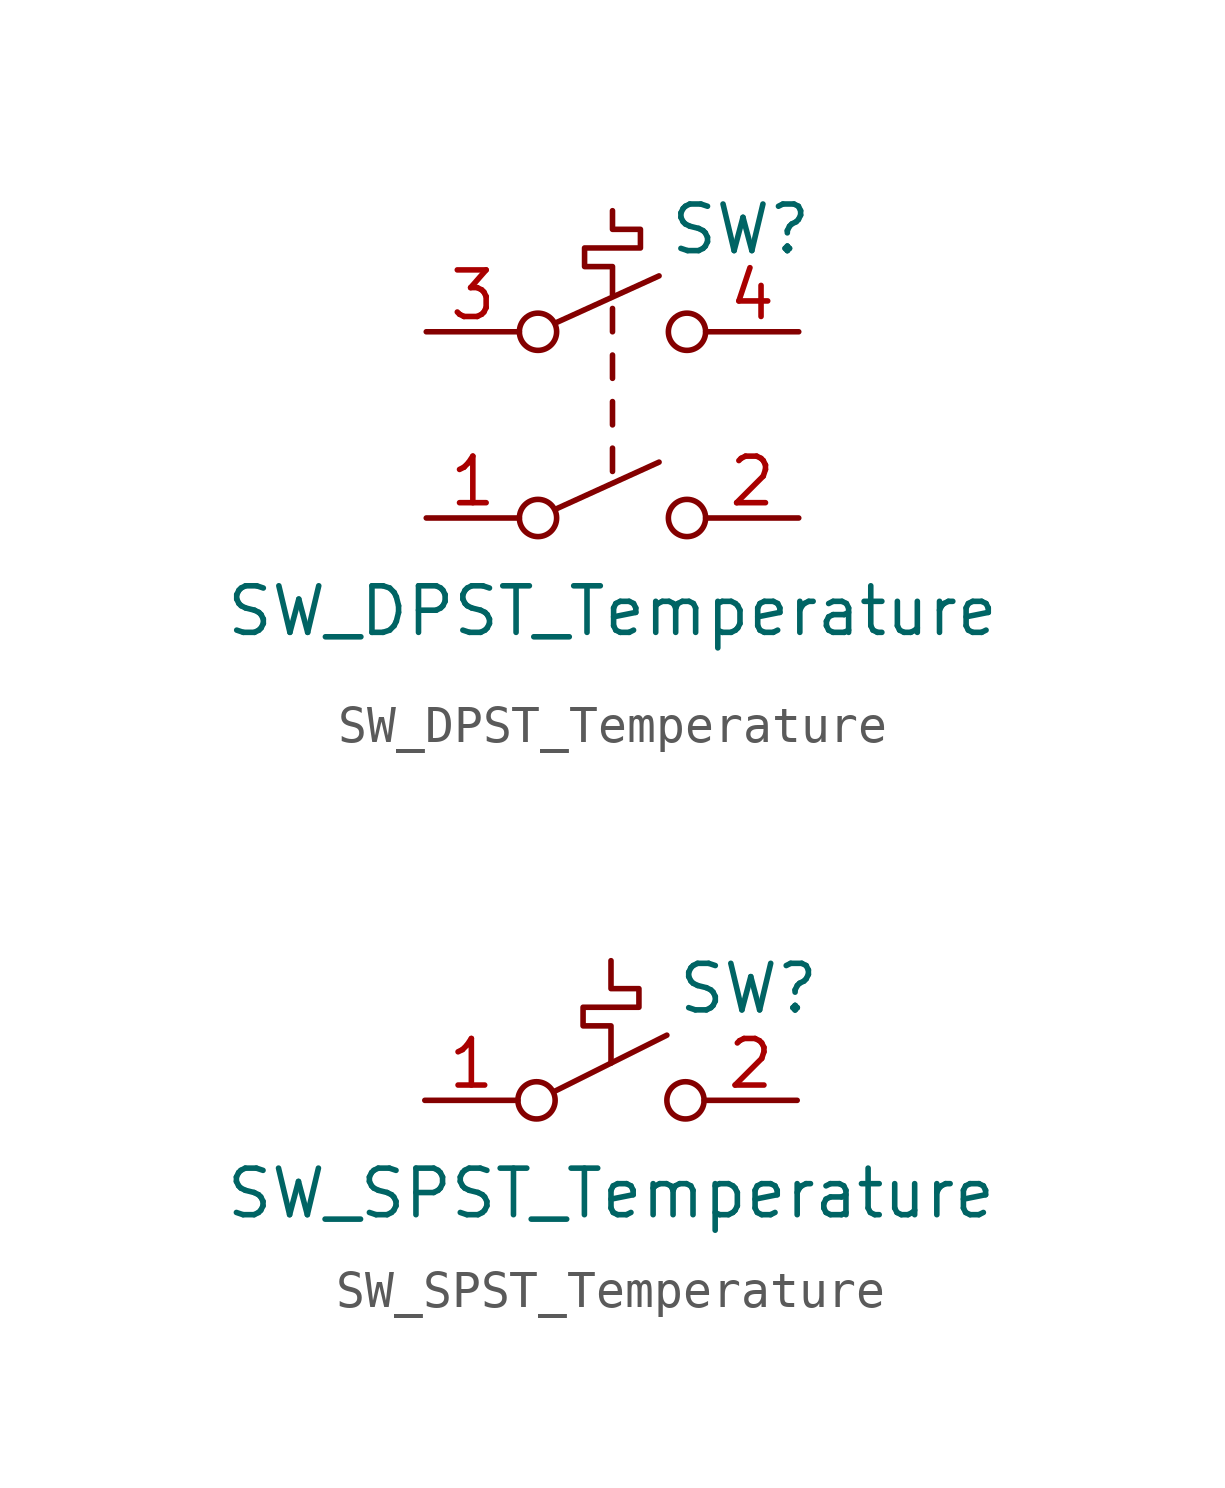
<source format=kicad_sym>
(kicad_symbol_lib
  (version 20211014)
  (generator kicad_symbol_editor)
  (symbol "SW_DPST_Temperature"
    (pin_names
      (offset 0) hide)
    (property "Reference" "SW"
      (at 1.524 5.334 0)
      (effects (font (size 1.27 1.27)) (justify left)))
    (property "Value" "SW_DPST_Temperature"
      (at 0 -5.08 0)
      (effects (font (size 1.27 1.27))))
    (symbol "SW_DPST_Temperature_0_0"
      (circle (center -2.032 -2.54) (radius 0.508) (stroke (width 0) (type default) (color 0 0 0 0)) (fill (type none)))
      (circle (center -2.032 2.54) (radius 0.508) (stroke (width 0) (type default) (color 0 0 0 0)) (fill (type none)))
      (polyline (pts (xy -1.524 -2.286) (xy 1.27 -1.016)) (stroke (width 0) (type default) (color 0 0 0 0)) (fill (type none)))
      (polyline (pts (xy -1.524 2.794) (xy 1.27 4.064)) (stroke (width 0) (type default) (color 0 0 0 0)) (fill (type none)))
      (polyline (pts (xy 0 -1.27) (xy 0 -0.635)) (stroke (width 0) (type default) (color 0 0 0 0)) (fill (type none)))
      (polyline (pts (xy 0 0) (xy 0 0.635)) (stroke (width 0) (type default) (color 0 0 0 0)) (fill (type none)))
      (polyline (pts (xy 0 1.27) (xy 0 1.905)) (stroke (width 0) (type default) (color 0 0 0 0)) (fill (type none)))
      (polyline (pts (xy 0 2.54) (xy 0 3.175)) (stroke (width 0) (type default) (color 0 0 0 0)) (fill (type none)))
      (polyline (pts (xy 0 3.556) (xy 0 4.318) (xy -0.762 4.318) (xy -0.762 4.826) (xy 0.762 4.826) (xy 0.762 5.334) (xy 0 5.334) (xy 0 5.842)) (stroke (width 0) (type default) (color 0 0 0 0)) (fill (type none)))
      (circle (center 2.032 -2.54) (radius 0.508) (stroke (width 0) (type default) (color 0 0 0 0)) (fill (type none)))
      (circle (center 2.032 2.54) (radius 0.508) (stroke (width 0) (type default) (color 0 0 0 0)) (fill (type none))))
    (symbol "SW_DPST_Temperature_1_1"
      (pin passive line (at -5.08 -2.54 0) (length 2.54) (name "1" (effects (font (size 1.27 1.27)))) (number "1" (effects (font (size 1.27 1.27)))))
      (pin passive line (at 5.08 -2.54 180) (length 2.54) (name "2" (effects (font (size 1.27 1.27)))) (number "2" (effects (font (size 1.27 1.27)))))
      (pin passive line (at -5.08 2.54 0) (length 2.54) (name "3" (effects (font (size 1.27 1.27)))) (number "3" (effects (font (size 1.27 1.27)))))
      (pin passive line (at 5.08 2.54 180) (length 2.54) (name "4" (effects (font (size 1.27 1.27)))) (number "4" (effects (font (size 1.27 1.27)))))))
  (symbol "SW_SPST_Temperature"
    (pin_names
      (offset 0) hide)
    (property "Reference" "SW"
      (at 1.778 3.048 0)
      (effects (font (size 1.27 1.27)) (justify left)))
    (property "Value" "SW_SPST_Temperature"
      (at 0 -2.54 0)
      (effects (font (size 1.27 1.27))))
    (symbol "SW_SPST_Temperature_0_0"
      (circle (center -2.032 0) (radius 0.508) (stroke (width 0) (type default) (color 0 0 0 0)) (fill (type none)))
      (polyline (pts (xy -1.524 0.254) (xy 1.524 1.778)) (stroke (width 0) (type default) (color 0 0 0 0)) (fill (type none)))
      (polyline (pts (xy 0 1.016) (xy 0 2.032) (xy -0.762 2.032) (xy -0.762 2.54) (xy 0.762 2.54) (xy 0.762 3.048) (xy 0 3.048) (xy 0 3.81)) (stroke (width 0) (type default) (color 0 0 0 0)) (fill (type none)))
      (circle (center 2.032 0) (radius 0.508) (stroke (width 0) (type default) (color 0 0 0 0)) (fill (type none))))
    (symbol "SW_SPST_Temperature_1_1"
      (pin passive line (at -5.08 0 0) (length 2.54) (name "A" (effects (font (size 1.27 1.27)))) (number "1" (effects (font (size 1.27 1.27)))))
      (pin passive line (at 5.08 0 180) (length 2.54) (name "B" (effects (font (size 1.27 1.27)))) (number "2" (effects (font (size 1.27 1.27))))))))
</source>
